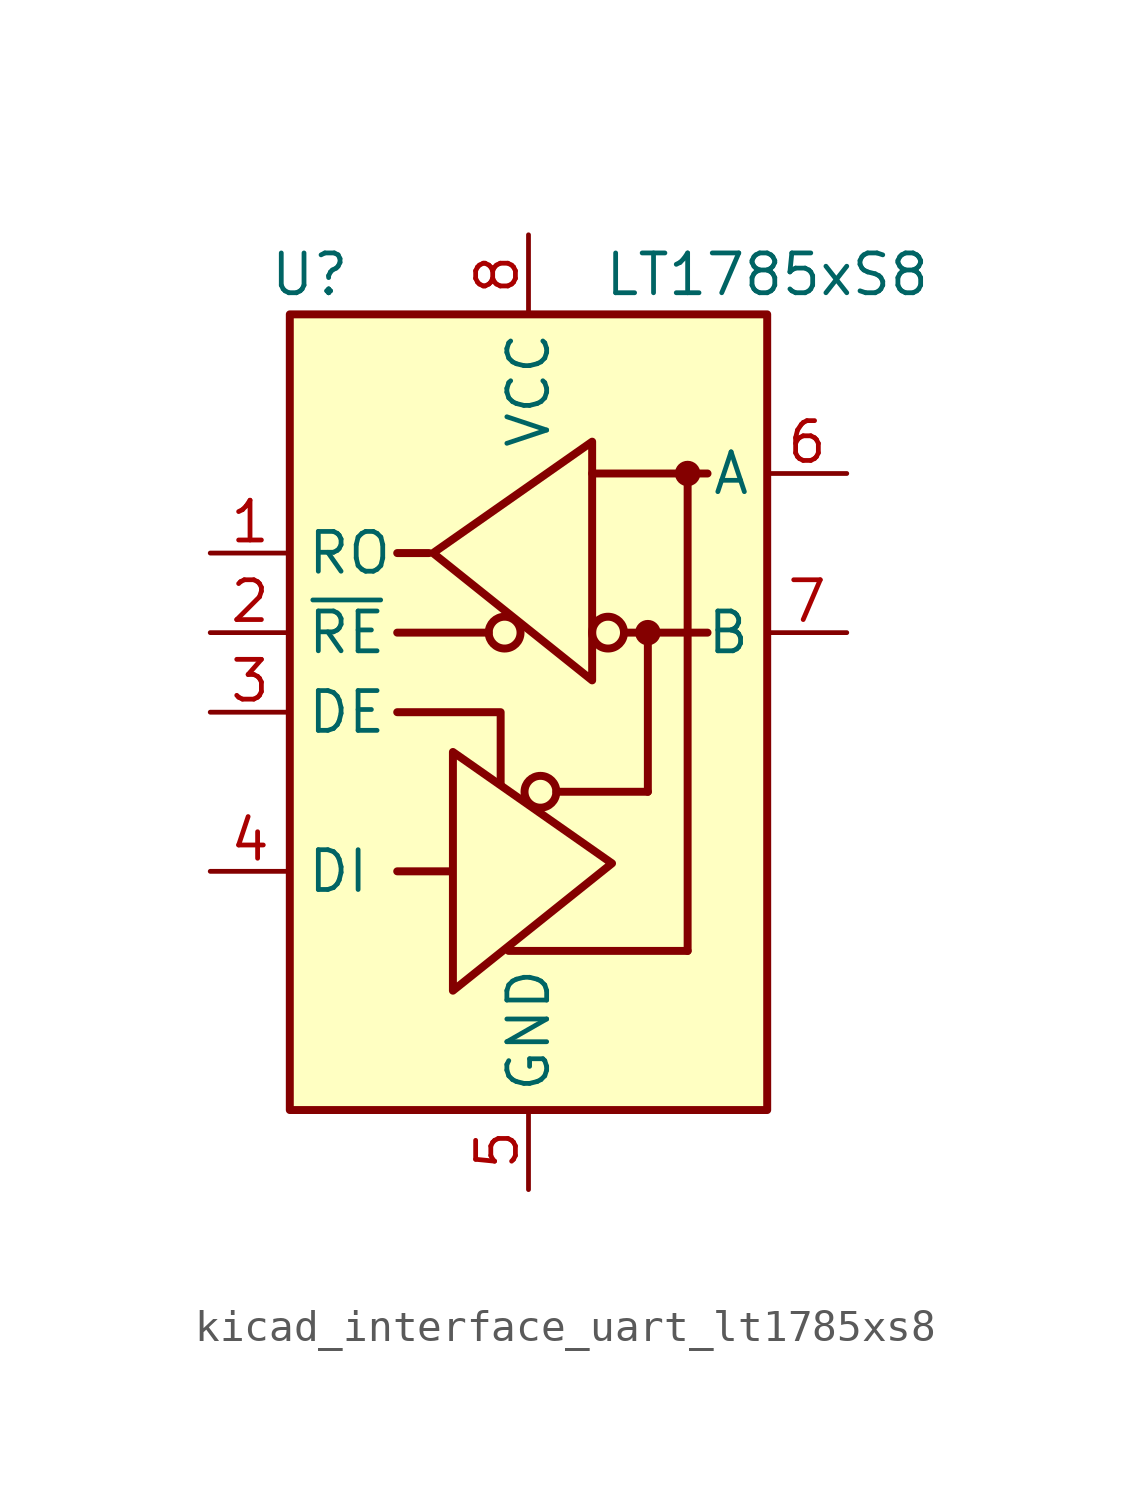
<source format=kicad_sym>
(kicad_symbol_lib
  (version 20220914)
  (generator kicad_symbol_editor)
  (symbol "kicad_interface_uart_lt1785xs8"
    (property "Reference" "U"
      (at -6.985 13.97 0)
      (effects (font (size 1.27 1.27))))
    (property "Value" "LT1785xS8"
      (at 7.62 13.97 0)
      (effects (font (size 1.27 1.27))))
    (symbol "kicad_interface_uart_lt1785xs8_0_1"
      (rectangle (start -7.62 12.7) (end 7.62 -12.7) (stroke (width 0.254) (type default)) (fill (type background)))
      (polyline (pts (xy -4.191 2.54) (xy -1.27 2.54)) (stroke (width 0.254) (type default)) (fill (type none)))
      (polyline (pts (xy -2.54 -5.08) (xy -4.191 -5.08)) (stroke (width 0.254) (type default)) (fill (type none)))
      (polyline (pts (xy -0.635 -7.62) (xy 5.08 -7.62)) (stroke (width 0.254) (type default)) (fill (type none)))
      (polyline (pts (xy 0.889 -2.54) (xy 3.81 -2.54)) (stroke (width 0.254) (type default)) (fill (type none)))
      (polyline (pts (xy 2.032 7.62) (xy 5.715 7.62)) (stroke (width 0.254) (type default)) (fill (type none)))
      (polyline (pts (xy 3.048 2.54) (xy 5.715 2.54)) (stroke (width 0.254) (type default)) (fill (type none)))
      (polyline (pts (xy 3.81 -2.54) (xy 3.81 2.54)) (stroke (width 0.254) (type default)) (fill (type none)))
      (polyline (pts (xy 5.08 -7.62) (xy 5.08 7.62)) (stroke (width 0.254) (type default)) (fill (type none)))
      (polyline (pts (xy -4.191 0) (xy -0.889 0) (xy -0.889 -2.286)) (stroke (width 0.254) (type default)) (fill (type none)))
      (polyline (pts (xy -3.175 5.08) (xy -4.191 5.08) (xy -4.064 5.08)) (stroke (width 0.254) (type default)) (fill (type none)))
      (polyline (pts (xy -2.413 -5.08) (xy -2.413 -1.27) (xy 2.667 -4.826) (xy -2.413 -8.89) (xy -2.413 -5.08)) (stroke (width 0.254) (type default)) (fill (type none)))
      (circle (center 0.381 -2.54) (radius 0.508) (stroke (width 0.254) (type default)) (fill (type none)))
      (circle (center 3.81 2.54) (radius 0.279) (stroke (width 0.254) (type default)) (fill (type outline))))
    (symbol "kicad_interface_uart_lt1785xs8_1_1"
      (circle (center -0.762 2.54) (radius 0.508) (stroke (width 0.254) (type default)) (fill (type none)))
      (polyline (pts (xy 2.032 4.826) (xy 2.032 8.636) (xy -3.048 5.08) (xy 2.032 1.016) (xy 2.032 4.826)) (stroke (width 0.254) (type default)) (fill (type none)))
      (circle (center 2.54 2.54) (radius 0.508) (stroke (width 0.254) (type default)) (fill (type none)))
      (circle (center 5.08 7.62) (radius 0.279) (stroke (width 0.254) (type default)) (fill (type outline)))
      (pin output line (at -10.16 5.08 0) (length 2.54) (name "RO" (effects (font (size 1.27 1.27)))) (number "1" (effects (font (size 1.27 1.27)))))
      (pin input line (at -10.16 2.54 0) (length 2.54) (name "~{RE}" (effects (font (size 1.27 1.27)))) (number "2" (effects (font (size 1.27 1.27)))))
      (pin input line (at -10.16 0 0) (length 2.54) (name "DE" (effects (font (size 1.27 1.27)))) (number "3" (effects (font (size 1.27 1.27)))))
      (pin input line (at -10.16 -5.08 0) (length 2.54) (name "DI" (effects (font (size 1.27 1.27)))) (number "4" (effects (font (size 1.27 1.27)))))
      (pin power_in line (at 0 -15.24 90) (length 2.54) (name "GND" (effects (font (size 1.27 1.27)))) (number "5" (effects (font (size 1.27 1.27)))))
      (pin bidirectional line (at 10.16 7.62 180) (length 2.54) (name "A" (effects (font (size 1.27 1.27)))) (number "6" (effects (font (size 1.27 1.27)))))
      (pin bidirectional line (at 10.16 2.54 180) (length 2.54) (name "B" (effects (font (size 1.27 1.27)))) (number "7" (effects (font (size 1.27 1.27)))))
      (pin power_in line (at 0 15.24 270) (length 2.54) (name "VCC" (effects (font (size 1.27 1.27)))) (number "8" (effects (font (size 1.27 1.27))))))))
</source>
